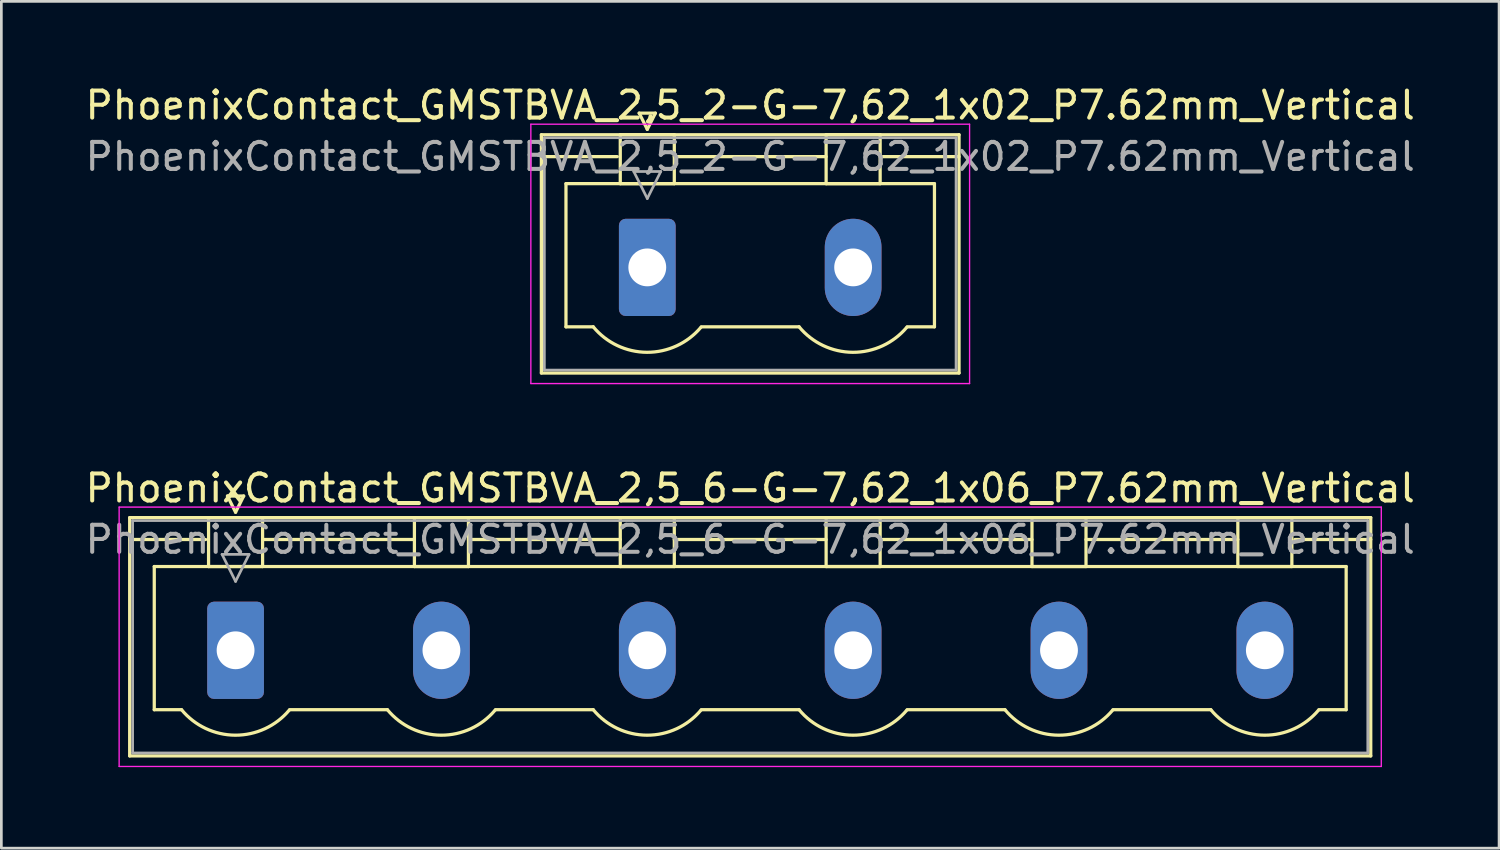
<source format=kicad_pcb>
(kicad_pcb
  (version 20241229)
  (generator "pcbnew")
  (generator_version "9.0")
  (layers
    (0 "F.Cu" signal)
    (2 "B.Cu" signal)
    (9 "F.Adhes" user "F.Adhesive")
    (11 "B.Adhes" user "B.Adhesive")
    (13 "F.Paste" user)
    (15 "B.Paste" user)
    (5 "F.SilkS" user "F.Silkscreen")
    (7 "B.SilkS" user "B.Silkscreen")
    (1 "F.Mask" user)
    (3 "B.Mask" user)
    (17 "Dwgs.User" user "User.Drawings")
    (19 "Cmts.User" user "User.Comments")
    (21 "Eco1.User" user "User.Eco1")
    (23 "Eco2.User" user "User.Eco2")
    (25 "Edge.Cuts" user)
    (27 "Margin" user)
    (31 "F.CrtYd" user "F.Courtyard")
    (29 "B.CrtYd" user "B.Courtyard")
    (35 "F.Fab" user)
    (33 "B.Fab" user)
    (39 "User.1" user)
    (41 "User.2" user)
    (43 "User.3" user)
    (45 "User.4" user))
  (footprint "PhoenixContact_GMSTBVA_2,5_6-G-7,62_1x06_P7.62mm_Vertical"
    (layer "F.Cu")
    (at 5.67 21.021)
    (property "Reference" "PhoenixContact_GMSTBVA_2,5_6-G-7,62_1x06_P7.62mm_Vertical" (at 19.05 -6 0) (layer "F.SilkS") (effects (font (size 1 1) (thickness 0.15))))
    (attr through_hole)
    (fp_line (start -3.92 -4.91) (end -3.92 3.91) (stroke (width 0.12) (type solid)) (layer "F.SilkS"))
    (fp_line (start -3.92 -4.1) (end -1.11 -4.1) (stroke (width 0.12) (type solid)) (layer "F.SilkS"))
    (fp_line (start -3.92 3.91) (end 42.02 3.91) (stroke (width 0.12) (type solid)) (layer "F.SilkS"))
    (fp_line (start -3.01 -3.1) (end 41.11 -3.1) (stroke (width 0.12) (type solid)) (layer "F.SilkS"))
    (fp_line (start -3.01 2.2) (end -3.01 -3.1) (stroke (width 0.12) (type solid)) (layer "F.SilkS"))
    (fp_line (start -2 2.2) (end -3.01 2.2) (stroke (width 0.12) (type solid)) (layer "F.SilkS"))
    (fp_line (start -1 -4.91) (end 1 -4.91) (stroke (width 0.12) (type solid)) (layer "F.SilkS"))
    (fp_line (start -1 -3.1) (end -1 -4.91) (stroke (width 0.12) (type solid)) (layer "F.SilkS"))
    (fp_line (start -0.3 -5.71) (end 0.3 -5.71) (stroke (width 0.12) (type solid)) (layer "F.SilkS"))
    (fp_line (start 0 -5.11) (end -0.3 -5.71) (stroke (width 0.12) (type solid)) (layer "F.SilkS"))
    (fp_line (start 0.3 -5.71) (end 0 -5.11) (stroke (width 0.12) (type solid)) (layer "F.SilkS"))
    (fp_line (start 1 -4.91) (end 1 -3.1) (stroke (width 0.12) (type solid)) (layer "F.SilkS"))
    (fp_line (start 1 -4.1) (end 6.62 -4.1) (stroke (width 0.12) (type solid)) (layer "F.SilkS"))
    (fp_line (start 1 -3.1) (end -1 -3.1) (stroke (width 0.12) (type solid)) (layer "F.SilkS"))
    (fp_line (start 2 2.2) (end 5.62 2.2) (stroke (width 0.12) (type solid)) (layer "F.SilkS"))
    (fp_line (start 6.62 -4.91) (end 8.62 -4.91) (stroke (width 0.12) (type solid)) (layer "F.SilkS"))
    (fp_line (start 6.62 -3.1) (end 6.62 -4.91) (stroke (width 0.12) (type solid)) (layer "F.SilkS"))
    (fp_line (start 8.62 -4.91) (end 8.62 -3.1) (stroke (width 0.12) (type solid)) (layer "F.SilkS"))
    (fp_line (start 8.62 -4.1) (end 14.24 -4.1) (stroke (width 0.12) (type solid)) (layer "F.SilkS"))
    (fp_line (start 8.62 -3.1) (end 6.62 -3.1) (stroke (width 0.12) (type solid)) (layer "F.SilkS"))
    (fp_line (start 9.62 2.2) (end 13.24 2.2) (stroke (width 0.12) (type solid)) (layer "F.SilkS"))
    (fp_line (start 14.24 -4.91) (end 16.24 -4.91) (stroke (width 0.12) (type solid)) (layer "F.SilkS"))
    (fp_line (start 14.24 -3.1) (end 14.24 -4.91) (stroke (width 0.12) (type solid)) (layer "F.SilkS"))
    (fp_line (start 16.24 -4.91) (end 16.24 -3.1) (stroke (width 0.12) (type solid)) (layer "F.SilkS"))
    (fp_line (start 16.24 -4.1) (end 21.86 -4.1) (stroke (width 0.12) (type solid)) (layer "F.SilkS"))
    (fp_line (start 16.24 -3.1) (end 14.24 -3.1) (stroke (width 0.12) (type solid)) (layer "F.SilkS"))
    (fp_line (start 17.24 2.2) (end 20.86 2.2) (stroke (width 0.12) (type solid)) (layer "F.SilkS"))
    (fp_line (start 21.86 -4.91) (end 23.86 -4.91) (stroke (width 0.12) (type solid)) (layer "F.SilkS"))
    (fp_line (start 21.86 -3.1) (end 21.86 -4.91) (stroke (width 0.12) (type solid)) (layer "F.SilkS"))
    (fp_line (start 23.86 -4.91) (end 23.86 -3.1) (stroke (width 0.12) (type solid)) (layer "F.SilkS"))
    (fp_line (start 23.86 -4.1) (end 29.48 -4.1) (stroke (width 0.12) (type solid)) (layer "F.SilkS"))
    (fp_line (start 23.86 -3.1) (end 21.86 -3.1) (stroke (width 0.12) (type solid)) (layer "F.SilkS"))
    (fp_line (start 24.86 2.2) (end 28.48 2.2) (stroke (width 0.12) (type solid)) (layer "F.SilkS"))
    (fp_line (start 29.48 -4.91) (end 31.48 -4.91) (stroke (width 0.12) (type solid)) (layer "F.SilkS"))
    (fp_line (start 29.48 -3.1) (end 29.48 -4.91) (stroke (width 0.12) (type solid)) (layer "F.SilkS"))
    (fp_line (start 31.48 -4.91) (end 31.48 -3.1) (stroke (width 0.12) (type solid)) (layer "F.SilkS"))
    (fp_line (start 31.48 -4.1) (end 37.1 -4.1) (stroke (width 0.12) (type solid)) (layer "F.SilkS"))
    (fp_line (start 31.48 -3.1) (end 29.48 -3.1) (stroke (width 0.12) (type solid)) (layer "F.SilkS"))
    (fp_line (start 32.48 2.2) (end 36.1 2.2) (stroke (width 0.12) (type solid)) (layer "F.SilkS"))
    (fp_line (start 37.1 -4.91) (end 39.1 -4.91) (stroke (width 0.12) (type solid)) (layer "F.SilkS"))
    (fp_line (start 37.1 -3.1) (end 37.1 -4.91) (stroke (width 0.12) (type solid)) (layer "F.SilkS"))
    (fp_line (start 39.1 -4.91) (end 39.1 -3.1) (stroke (width 0.12) (type solid)) (layer "F.SilkS"))
    (fp_line (start 39.1 -3.1) (end 37.1 -3.1) (stroke (width 0.12) (type solid)) (layer "F.SilkS"))
    (fp_line (start 41.11 -3.1) (end 41.11 2.2) (stroke (width 0.12) (type solid)) (layer "F.SilkS"))
    (fp_line (start 41.11 2.2) (end 40.1 2.2) (stroke (width 0.12) (type solid)) (layer "F.SilkS"))
    (fp_line (start 42.02 -4.91) (end -3.92 -4.91) (stroke (width 0.12) (type solid)) (layer "F.SilkS"))
    (fp_line (start 42.02 -4.1) (end 39.21 -4.1) (stroke (width 0.12) (type solid)) (layer "F.SilkS"))
    (fp_line (start 42.02 3.91) (end 42.02 -4.91) (stroke (width 0.12) (type solid)) (layer "F.SilkS"))
    (fp_arc (start 1.986842 2.215821) (mid -0.010289 3.142758) (end -2 2.2) (stroke (width 0.12) (type solid)) (layer "F.SilkS"))
    (fp_arc (start 9.606842 2.215821) (mid 7.609711 3.142758) (end 5.62 2.2) (stroke (width 0.12) (type solid)) (layer "F.SilkS"))
    (fp_arc (start 17.226842 2.215821) (mid 15.229711 3.142758) (end 13.24 2.2) (stroke (width 0.12) (type solid)) (layer "F.SilkS"))
    (fp_arc (start 24.846842 2.215821) (mid 22.849711 3.142758) (end 20.86 2.2) (stroke (width 0.12) (type solid)) (layer "F.SilkS"))
    (fp_arc (start 32.466842 2.215821) (mid 30.469711 3.142758) (end 28.48 2.2) (stroke (width 0.12) (type solid)) (layer "F.SilkS"))
    (fp_arc (start 40.086842 2.215821) (mid 38.089711 3.142758) (end 36.1 2.2) (stroke (width 0.12) (type solid)) (layer "F.SilkS"))
    (fp_line (start -4.31 -5.3) (end -4.31 4.3) (stroke (width 0.05) (type solid)) (layer "F.CrtYd"))
    (fp_line (start -4.31 4.3) (end 42.41 4.3) (stroke (width 0.05) (type solid)) (layer "F.CrtYd"))
    (fp_line (start 42.41 -5.3) (end -4.31 -5.3) (stroke (width 0.05) (type solid)) (layer "F.CrtYd"))
    (fp_line (start 42.41 4.3) (end 42.41 -5.3) (stroke (width 0.05) (type solid)) (layer "F.CrtYd"))
    (fp_line (start -3.81 -4.8) (end -3.81 3.8) (stroke (width 0.1) (type solid)) (layer "F.Fab"))
    (fp_line (start -3.81 3.8) (end 41.91 3.8) (stroke (width 0.1) (type solid)) (layer "F.Fab"))
    (fp_line (start -0.5 -3.55) (end 0.5 -3.55) (stroke (width 0.1) (type solid)) (layer "F.Fab"))
    (fp_line (start 0 -2.55) (end -0.5 -3.55) (stroke (width 0.1) (type solid)) (layer "F.Fab"))
    (fp_line (start 0.5 -3.55) (end 0 -2.55) (stroke (width 0.1) (type solid)) (layer "F.Fab"))
    (fp_line (start 41.91 -4.8) (end -3.81 -4.8) (stroke (width 0.1) (type solid)) (layer "F.Fab"))
    (fp_line (start 41.91 3.8) (end 41.91 -4.8) (stroke (width 0.1) (type solid)) (layer "F.Fab"))
    (fp_text user "${REFERENCE}" (at 19.05 -4.1 0) (layer "F.Fab") (effects (font (size 1 1) (thickness 0.15))))
    (pad "1" thru_hole roundrect (at 0 0) (size 2.1 3.6) (drill 1.4) (layers "*.Cu" "*.Mask") (roundrect_rratio 0.119))
    (pad "2" thru_hole oval (at 7.62 0) (size 2.1 3.6) (drill 1.4) (layers "*.Cu" "*.Mask"))
    (pad "3" thru_hole oval (at 15.24 0) (size 2.1 3.6) (drill 1.4) (layers "*.Cu" "*.Mask"))
    (pad "4" thru_hole oval (at 22.86 0) (size 2.1 3.6) (drill 1.4) (layers "*.Cu" "*.Mask"))
    (pad "5" thru_hole oval (at 30.48 0) (size 2.1 3.6) (drill 1.4) (layers "*.Cu" "*.Mask"))
    (pad "6" thru_hole oval (at 38.1 0) (size 2.1 3.6) (drill 1.4) (layers "*.Cu" "*.Mask")))
  (footprint "PhoenixContact_GMSTBVA_2,5_2-G-7,62_1x02_P7.62mm_Vertical"
    (layer "F.Cu")
    (at 20.91 6.848)
    (property "Reference" "PhoenixContact_GMSTBVA_2,5_2-G-7,62_1x02_P7.62mm_Vertical" (at 3.81 -6 0) (layer "F.SilkS") (effects (font (size 1 1) (thickness 0.15))))
    (attr through_hole)
    (fp_line (start -3.92 -4.91) (end -3.92 3.91) (stroke (width 0.12) (type solid)) (layer "F.SilkS"))
    (fp_line (start -3.92 -4.1) (end -1.11 -4.1) (stroke (width 0.12) (type solid)) (layer "F.SilkS"))
    (fp_line (start -3.92 3.91) (end 11.54 3.91) (stroke (width 0.12) (type solid)) (layer "F.SilkS"))
    (fp_line (start -3.01 -3.1) (end 10.63 -3.1) (stroke (width 0.12) (type solid)) (layer "F.SilkS"))
    (fp_line (start -3.01 2.2) (end -3.01 -3.1) (stroke (width 0.12) (type solid)) (layer "F.SilkS"))
    (fp_line (start -2 2.2) (end -3.01 2.2) (stroke (width 0.12) (type solid)) (layer "F.SilkS"))
    (fp_line (start -1 -4.91) (end 1 -4.91) (stroke (width 0.12) (type solid)) (layer "F.SilkS"))
    (fp_line (start -1 -3.1) (end -1 -4.91) (stroke (width 0.12) (type solid)) (layer "F.SilkS"))
    (fp_line (start -0.3 -5.71) (end 0.3 -5.71) (stroke (width 0.12) (type solid)) (layer "F.SilkS"))
    (fp_line (start 0 -5.11) (end -0.3 -5.71) (stroke (width 0.12) (type solid)) (layer "F.SilkS"))
    (fp_line (start 0.3 -5.71) (end 0 -5.11) (stroke (width 0.12) (type solid)) (layer "F.SilkS"))
    (fp_line (start 1 -4.91) (end 1 -3.1) (stroke (width 0.12) (type solid)) (layer "F.SilkS"))
    (fp_line (start 1 -4.1) (end 6.62 -4.1) (stroke (width 0.12) (type solid)) (layer "F.SilkS"))
    (fp_line (start 1 -3.1) (end -1 -3.1) (stroke (width 0.12) (type solid)) (layer "F.SilkS"))
    (fp_line (start 2 2.2) (end 5.62 2.2) (stroke (width 0.12) (type solid)) (layer "F.SilkS"))
    (fp_line (start 6.62 -4.91) (end 8.62 -4.91) (stroke (width 0.12) (type solid)) (layer "F.SilkS"))
    (fp_line (start 6.62 -3.1) (end 6.62 -4.91) (stroke (width 0.12) (type solid)) (layer "F.SilkS"))
    (fp_line (start 8.62 -4.91) (end 8.62 -3.1) (stroke (width 0.12) (type solid)) (layer "F.SilkS"))
    (fp_line (start 8.62 -3.1) (end 6.62 -3.1) (stroke (width 0.12) (type solid)) (layer "F.SilkS"))
    (fp_line (start 10.63 -3.1) (end 10.63 2.2) (stroke (width 0.12) (type solid)) (layer "F.SilkS"))
    (fp_line (start 10.63 2.2) (end 9.62 2.2) (stroke (width 0.12) (type solid)) (layer "F.SilkS"))
    (fp_line (start 11.54 -4.91) (end -3.92 -4.91) (stroke (width 0.12) (type solid)) (layer "F.SilkS"))
    (fp_line (start 11.54 -4.1) (end 8.73 -4.1) (stroke (width 0.12) (type solid)) (layer "F.SilkS"))
    (fp_line (start 11.54 3.91) (end 11.54 -4.91) (stroke (width 0.12) (type solid)) (layer "F.SilkS"))
    (fp_arc (start 1.986842 2.215821) (mid -0.010289 3.142758) (end -2 2.2) (stroke (width 0.12) (type solid)) (layer "F.SilkS"))
    (fp_arc (start 9.606842 2.215821) (mid 7.609711 3.142758) (end 5.62 2.2) (stroke (width 0.12) (type solid)) (layer "F.SilkS"))
    (fp_line (start -4.31 -5.3) (end -4.31 4.3) (stroke (width 0.05) (type solid)) (layer "F.CrtYd"))
    (fp_line (start -4.31 4.3) (end 11.93 4.3) (stroke (width 0.05) (type solid)) (layer "F.CrtYd"))
    (fp_line (start 11.93 -5.3) (end -4.31 -5.3) (stroke (width 0.05) (type solid)) (layer "F.CrtYd"))
    (fp_line (start 11.93 4.3) (end 11.93 -5.3) (stroke (width 0.05) (type solid)) (layer "F.CrtYd"))
    (fp_line (start -3.81 -4.8) (end -3.81 3.8) (stroke (width 0.1) (type solid)) (layer "F.Fab"))
    (fp_line (start -3.81 3.8) (end 11.43 3.8) (stroke (width 0.1) (type solid)) (layer "F.Fab"))
    (fp_line (start -0.5 -3.55) (end 0.5 -3.55) (stroke (width 0.1) (type solid)) (layer "F.Fab"))
    (fp_line (start 0 -2.55) (end -0.5 -3.55) (stroke (width 0.1) (type solid)) (layer "F.Fab"))
    (fp_line (start 0.5 -3.55) (end 0 -2.55) (stroke (width 0.1) (type solid)) (layer "F.Fab"))
    (fp_line (start 11.43 -4.8) (end -3.81 -4.8) (stroke (width 0.1) (type solid)) (layer "F.Fab"))
    (fp_line (start 11.43 3.8) (end 11.43 -4.8) (stroke (width 0.1) (type solid)) (layer "F.Fab"))
    (fp_text user "${REFERENCE}" (at 3.81 -4.1 0) (layer "F.Fab") (effects (font (size 1 1) (thickness 0.15))))
    (pad "1" thru_hole roundrect (at 0 0) (size 2.1 3.6) (drill 1.4) (layers "*.Cu" "*.Mask") (roundrect_rratio 0.119))
    (pad "2" thru_hole oval (at 7.62 0) (size 2.1 3.6) (drill 1.4) (layers "*.Cu" "*.Mask")))
  (gr_rect
    (start -3 -3)
    (end 52.44 28.346)
    (stroke (width 0.1) (type default))
    (fill no)
    (layer "Edge.Cuts")))
</source>
